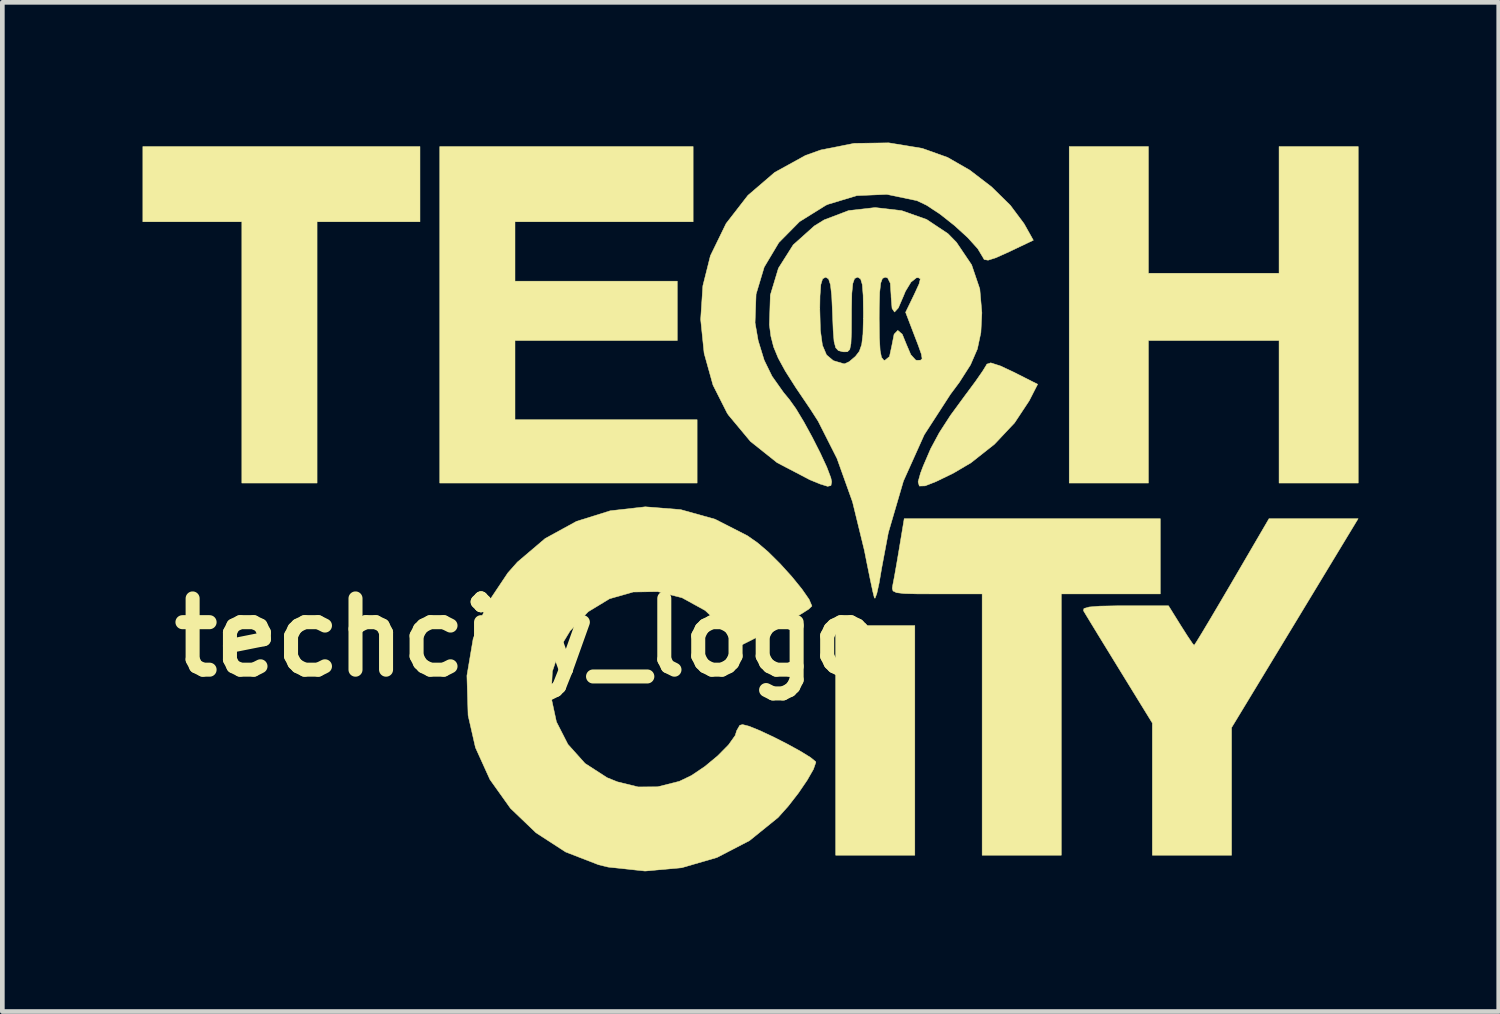
<source format=kicad_pcb>
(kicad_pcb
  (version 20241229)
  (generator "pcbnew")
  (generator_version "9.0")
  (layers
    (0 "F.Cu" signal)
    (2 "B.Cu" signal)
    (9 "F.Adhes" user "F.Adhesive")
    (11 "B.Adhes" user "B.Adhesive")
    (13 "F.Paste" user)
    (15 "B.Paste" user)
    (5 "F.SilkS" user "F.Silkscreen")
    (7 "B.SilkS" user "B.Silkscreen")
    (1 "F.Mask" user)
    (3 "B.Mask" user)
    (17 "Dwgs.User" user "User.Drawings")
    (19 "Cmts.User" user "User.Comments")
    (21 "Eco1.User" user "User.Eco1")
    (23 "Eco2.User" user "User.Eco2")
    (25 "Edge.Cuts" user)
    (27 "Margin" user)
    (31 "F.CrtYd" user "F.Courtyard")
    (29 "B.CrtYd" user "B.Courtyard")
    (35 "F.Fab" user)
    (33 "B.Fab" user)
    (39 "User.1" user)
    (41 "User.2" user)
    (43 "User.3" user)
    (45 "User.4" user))
  (footprint "techcity_logo"
    (layer "F.Cu")
    (at 8.218 10.583)
    (property "Reference" "techcity_logo" (at 0 0 0) (layer "F.SilkS") (effects (font (size 1.524 1.524) (thickness 0.3))))
    (attr through_hole)
    (fp_poly (pts (xy 8.297 4.657) (xy 6.604 4.657) (xy 6.604 -0.254) (xy 8.297 -0.254) (xy 8.297 4.657)) (stroke (width 0.01) (type solid)) (fill yes) (layer "F.SilkS"))
    (fp_poly (pts (xy -2.286 -8.89) (xy -4.487 -8.89) (xy -4.487 -3.302) (xy -6.096 -3.302) (xy -6.096 -8.89) (xy -8.213 -8.89) (xy -8.213 -10.499) (xy -2.286 -10.499) (xy -2.286 -8.89)) (stroke (width 0.01) (type solid)) (fill yes) (layer "F.SilkS"))
    (fp_poly (pts (xy 3.556 -8.89) (xy -0.254 -8.89) (xy -0.254 -7.62) (xy 3.217 -7.62) (xy 3.217 -6.35) (xy -0.254 -6.35) (xy -0.254 -4.657) (xy 3.641 -4.657) (xy 3.641 -3.302) (xy -1.863 -3.302) (xy -1.863 -10.499) (xy 3.556 -10.499) (xy 3.556 -8.89)) (stroke (width 0.01) (type solid)) (fill yes) (layer "F.SilkS"))
    (fp_poly (pts (xy 13.293 -7.789) (xy 16.087 -7.789) (xy 16.087 -10.499) (xy 17.78 -10.499) (xy 17.78 -3.302) (xy 16.087 -3.302) (xy 16.087 -6.35) (xy 13.293 -6.35) (xy 13.293 -3.302) (xy 11.599 -3.302) (xy 11.599 -10.499) (xy 13.293 -10.499) (xy 13.293 -7.789)) (stroke (width 0.01) (type solid)) (fill yes) (layer "F.SilkS"))
    (fp_poly (pts (xy 13.547 -0.931) (xy 11.43 -0.931) (xy 11.43 4.657) (xy 9.737 4.657) (xy 9.737 -0.931) (xy 8.761 -0.931) (xy 8.344 -0.932) (xy 8.068 -0.939) (xy 7.906 -0.958) (xy 7.831 -0.994) (xy 7.815 -1.052) (xy 7.826 -1.122) (xy 7.86 -1.299) (xy 7.91 -1.583) (xy 7.966 -1.913) (xy 7.968 -1.926) (xy 8.07 -2.54) (xy 13.547 -2.54) (xy 13.547 -0.931)) (stroke (width 0.01) (type solid)) (fill yes) (layer "F.SilkS"))
    (fp_poly (pts (xy 10.13 -5.806) (xy 10.397 -5.681) (xy 10.924 -5.415) (xy 10.744 -5.063) (xy 10.431 -4.59) (xy 10 -4.132) (xy 9.497 -3.735) (xy 9.12 -3.513) (xy 8.753 -3.335) (xy 8.517 -3.242) (xy 8.394 -3.238) (xy 8.367 -3.327) (xy 8.419 -3.514) (xy 8.475 -3.662) (xy 8.635 -4.034) (xy 8.821 -4.38) (xy 9.06 -4.75) (xy 9.384 -5.192) (xy 9.406 -5.221) (xy 9.6 -5.483) (xy 9.751 -5.701) (xy 9.832 -5.833) (xy 9.836 -5.845) (xy 9.921 -5.873) (xy 10.13 -5.806)) (stroke (width 0.01) (type solid)) (fill yes) (layer "F.SilkS"))
    (fp_poly (pts (xy 16.425 -0.305) (xy 15.071 1.929) (xy 15.071 4.657) (xy 13.377 4.657) (xy 13.377 1.831) (xy 12.671 0.683) (xy 12.426 0.284) (xy 12.21 -0.068) (xy 12.04 -0.347) (xy 11.932 -0.525) (xy 11.904 -0.572) (xy 11.914 -0.619) (xy 12.024 -0.651) (xy 12.253 -0.67) (xy 12.624 -0.677) (xy 12.783 -0.677) (xy 13.723 -0.677) (xy 13.986 -0.254) (xy 14.13 -0.028) (xy 14.233 0.125) (xy 14.27 0.169) (xy 14.317 0.1) (xy 14.435 -0.093) (xy 14.611 -0.387) (xy 14.831 -0.759) (xy 15.081 -1.185) (xy 15.872 -2.54) (xy 17.778 -2.54) (xy 16.425 -0.305)) (stroke (width 0.01) (type solid)) (fill yes) (layer "F.SilkS"))
    (fp_poly (pts (xy 8.456 -10.46) (xy 8.997 -10.267) (xy 9.474 -9.993) (xy 9.938 -9.637) (xy 10.34 -9.242) (xy 10.632 -8.851) (xy 10.647 -8.825) (xy 10.832 -8.495) (xy 10.313 -8.248) (xy 10.031 -8.121) (xy 9.864 -8.068) (xy 9.78 -8.083) (xy 9.755 -8.128) (xy 9.643 -8.314) (xy 9.427 -8.553) (xy 9.145 -8.81) (xy 8.839 -9.052) (xy 8.548 -9.244) (xy 8.342 -9.342) (xy 7.699 -9.476) (xy 7.055 -9.449) (xy 6.439 -9.263) (xy 6.392 -9.242) (xy 5.832 -8.893) (xy 5.389 -8.445) (xy 5.076 -7.921) (xy 4.902 -7.341) (xy 4.88 -6.73) (xy 4.947 -6.348) (xy 5.075 -5.931) (xy 5.243 -5.587) (xy 5.488 -5.241) (xy 5.615 -5.087) (xy 5.753 -4.894) (xy 5.923 -4.612) (xy 6.104 -4.281) (xy 6.275 -3.944) (xy 6.415 -3.642) (xy 6.501 -3.415) (xy 6.519 -3.328) (xy 6.503 -3.248) (xy 6.432 -3.232) (xy 6.271 -3.282) (xy 6.054 -3.371) (xy 5.352 -3.738) (xy 4.78 -4.194) (xy 4.311 -4.757) (xy 4.282 -4.801) (xy 3.981 -5.397) (xy 3.791 -6.078) (xy 3.717 -6.802) (xy 3.764 -7.521) (xy 3.925 -8.163) (xy 4.261 -8.853) (xy 4.727 -9.454) (xy 5.3 -9.946) (xy 5.959 -10.309) (xy 6.283 -10.425) (xy 6.999 -10.567) (xy 7.74 -10.578) (xy 8.456 -10.46)) (stroke (width 0.01) (type solid)) (fill yes) (layer "F.SilkS"))
    (fp_poly (pts (xy 3.289 -2.734) (xy 4.024 -2.529) (xy 4.716 -2.176) (xy 4.931 -2.026) (xy 5.16 -1.831) (xy 5.415 -1.578) (xy 5.666 -1.301) (xy 5.882 -1.035) (xy 6.036 -0.814) (xy 6.096 -0.673) (xy 6.096 -0.671) (xy 6.025 -0.603) (xy 5.833 -0.482) (xy 5.553 -0.325) (xy 5.319 -0.204) (xy 4.542 0.186) (xy 4.253 -0.162) (xy 3.813 -0.577) (xy 3.319 -0.849) (xy 2.798 -0.98) (xy 2.273 -0.972) (xy 1.769 -0.828) (xy 1.311 -0.55) (xy 0.925 -0.141) (xy 0.727 0.186) (xy 0.545 0.726) (xy 0.518 1.275) (xy 0.632 1.804) (xy 0.878 2.286) (xy 1.244 2.694) (xy 1.718 3) (xy 1.937 3.088) (xy 2.381 3.197) (xy 2.796 3.194) (xy 3.257 3.078) (xy 3.263 3.076) (xy 3.521 2.952) (xy 3.807 2.759) (xy 4.083 2.53) (xy 4.312 2.298) (xy 4.456 2.096) (xy 4.487 1.994) (xy 4.553 1.879) (xy 4.613 1.863) (xy 4.754 1.899) (xy 4.989 1.995) (xy 5.277 2.13) (xy 5.579 2.284) (xy 5.855 2.436) (xy 6.067 2.567) (xy 6.175 2.655) (xy 6.181 2.669) (xy 6.129 2.819) (xy 5.995 3.053) (xy 5.806 3.33) (xy 5.59 3.608) (xy 5.378 3.845) (xy 5.374 3.85) (xy 4.762 4.345) (xy 4.066 4.706) (xy 3.312 4.925) (xy 2.527 4.996) (xy 1.738 4.911) (xy 1.533 4.861) (xy 0.83 4.589) (xy 0.196 4.178) (xy -0.351 3.654) (xy -0.79 3.038) (xy -1.1 2.354) (xy -1.257 1.665) (xy -1.282 0.817) (xy -1.148 0.024) (xy -0.856 -0.709) (xy -0.408 -1.379) (xy -0.202 -1.612) (xy 0.391 -2.116) (xy 1.061 -2.483) (xy 1.783 -2.709) (xy 2.533 -2.794) (xy 3.289 -2.734)) (stroke (width 0.01) (type solid)) (fill yes) (layer "F.SilkS"))
    (fp_poly (pts (xy 8.017 -9.128) (xy 8.549 -8.94) (xy 9.006 -8.636) (xy 9.188 -8.45) (xy 9.512 -7.969) (xy 9.687 -7.453) (xy 9.731 -6.943) (xy 9.71 -6.522) (xy 9.635 -6.169) (xy 9.488 -5.83) (xy 9.249 -5.456) (xy 9.061 -5.204) (xy 8.498 -4.334) (xy 8.054 -3.346) (xy 7.731 -2.243) (xy 7.588 -1.482) (xy 7.534 -1.165) (xy 7.485 -0.941) (xy 7.446 -0.839) (xy 7.432 -0.847) (xy 7.399 -0.979) (xy 7.344 -1.237) (xy 7.274 -1.58) (xy 7.218 -1.863) (xy 6.965 -2.899) (xy 6.633 -3.827) (xy 6.23 -4.624) (xy 6.063 -4.884) (xy 5.753 -5.342) (xy 5.528 -5.696) (xy 5.375 -5.976) (xy 5.277 -6.213) (xy 5.219 -6.44) (xy 5.187 -6.686) (xy 5.187 -6.69) (xy 5.198 -7.033) (xy 6.265 -7.033) (xy 6.277 -6.571) (xy 6.321 -6.25) (xy 6.409 -6.042) (xy 6.554 -5.92) (xy 6.768 -5.856) (xy 6.795 -5.852) (xy 6.894 -5.898) (xy 7.027 -6.011) (xy 7.11 -6.119) (xy 7.161 -6.264) (xy 7.188 -6.488) (xy 7.196 -6.816) (xy 7.535 -6.816) (xy 7.54 -6.407) (xy 7.555 -6.14) (xy 7.584 -5.991) (xy 7.632 -5.931) (xy 7.657 -5.927) (xy 7.755 -6.007) (xy 7.805 -6.238) (xy 7.854 -6.485) (xy 7.933 -6.567) (xy 8.029 -6.484) (xy 8.117 -6.268) (xy 8.211 -6.048) (xy 8.315 -5.933) (xy 8.343 -5.927) (xy 8.421 -5.93) (xy 8.453 -5.962) (xy 8.437 -6.059) (xy 8.368 -6.254) (xy 8.283 -6.475) (xy 8.1 -6.954) (xy 8.285 -7.336) (xy 8.388 -7.56) (xy 8.415 -7.669) (xy 8.369 -7.696) (xy 8.328 -7.69) (xy 8.215 -7.599) (xy 8.096 -7.403) (xy 8.055 -7.303) (xy 7.945 -7.048) (xy 7.863 -6.959) (xy 7.81 -7.037) (xy 7.79 -7.281) (xy 7.789 -7.324) (xy 7.773 -7.575) (xy 7.716 -7.689) (xy 7.662 -7.705) (xy 7.604 -7.677) (xy 7.567 -7.577) (xy 7.545 -7.377) (xy 7.536 -7.05) (xy 7.535 -6.816) (xy 7.196 -6.816) (xy 7.196 -6.83) (xy 7.197 -6.943) (xy 7.192 -7.314) (xy 7.174 -7.546) (xy 7.138 -7.666) (xy 7.079 -7.704) (xy 7.07 -7.705) (xy 7.009 -7.676) (xy 6.971 -7.571) (xy 6.95 -7.362) (xy 6.943 -7.019) (xy 6.943 -6.894) (xy 6.941 -6.52) (xy 6.931 -6.285) (xy 6.905 -6.158) (xy 6.856 -6.11) (xy 6.776 -6.108) (xy 6.752 -6.111) (xy 6.662 -6.135) (xy 6.605 -6.196) (xy 6.57 -6.329) (xy 6.551 -6.566) (xy 6.537 -6.921) (xy 6.52 -7.304) (xy 6.493 -7.544) (xy 6.452 -7.668) (xy 6.391 -7.705) (xy 6.389 -7.705) (xy 6.325 -7.67) (xy 6.287 -7.547) (xy 6.269 -7.305) (xy 6.265 -7.033) (xy 5.198 -7.033) (xy 5.207 -7.323) (xy 5.38 -7.897) (xy 5.696 -8.396) (xy 6.148 -8.801) (xy 6.357 -8.93) (xy 6.882 -9.13) (xy 7.449 -9.194) (xy 8.017 -9.128)) (stroke (width 0.01) (type solid)) (fill yes) (layer "F.SilkS")))
  (gr_rect
    (start -3 -3)
    (end 29.003 18.584)
    (stroke (width 0.1) (type default))
    (fill no)
    (layer "Edge.Cuts")))
</source>
